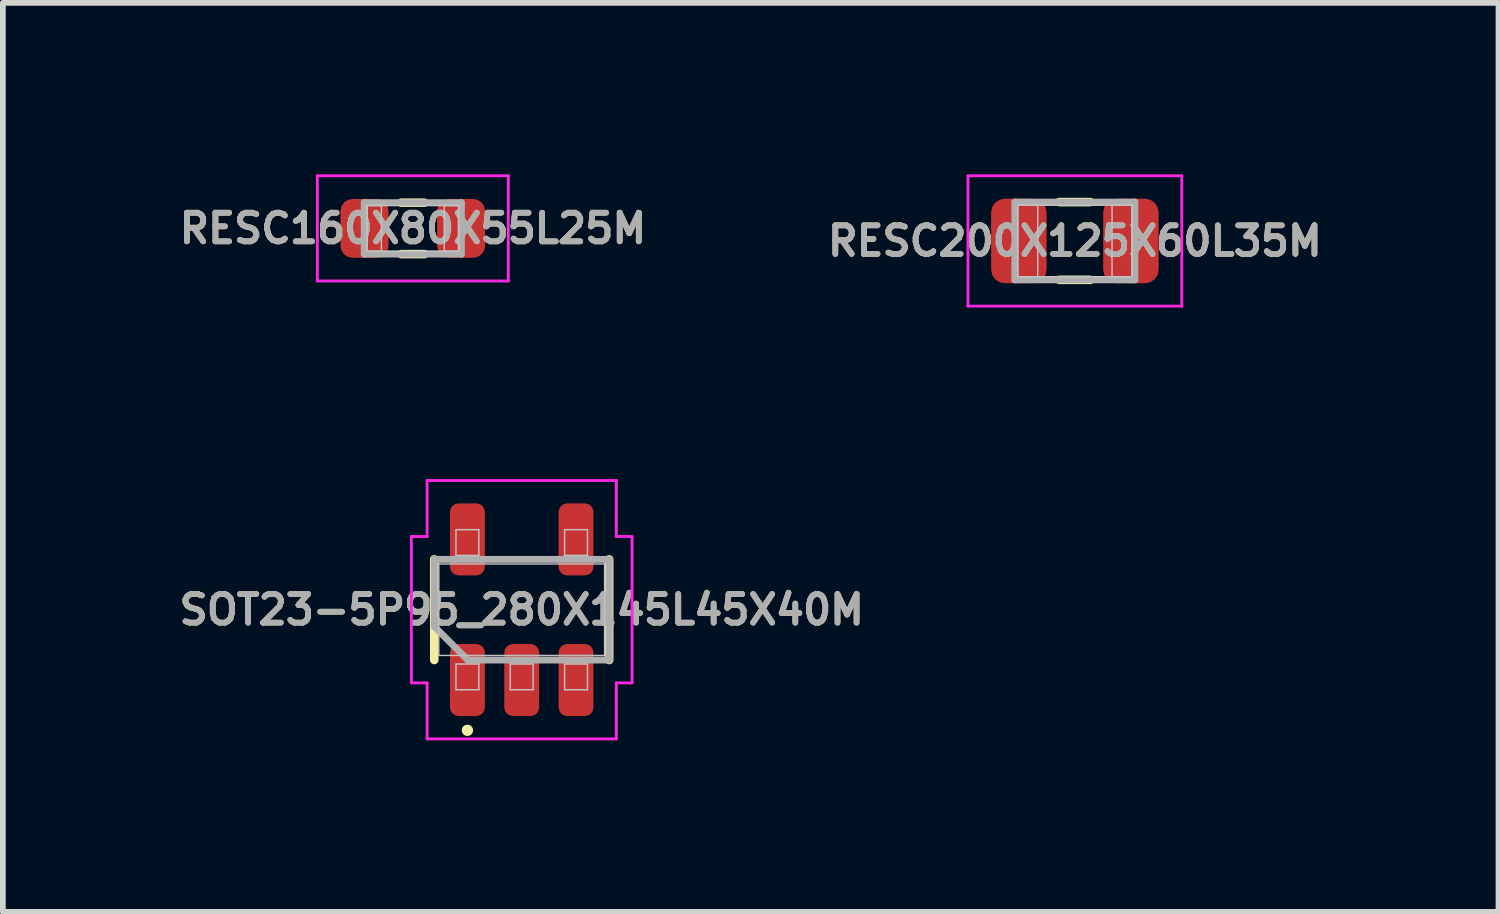
<source format=kicad_pcb>
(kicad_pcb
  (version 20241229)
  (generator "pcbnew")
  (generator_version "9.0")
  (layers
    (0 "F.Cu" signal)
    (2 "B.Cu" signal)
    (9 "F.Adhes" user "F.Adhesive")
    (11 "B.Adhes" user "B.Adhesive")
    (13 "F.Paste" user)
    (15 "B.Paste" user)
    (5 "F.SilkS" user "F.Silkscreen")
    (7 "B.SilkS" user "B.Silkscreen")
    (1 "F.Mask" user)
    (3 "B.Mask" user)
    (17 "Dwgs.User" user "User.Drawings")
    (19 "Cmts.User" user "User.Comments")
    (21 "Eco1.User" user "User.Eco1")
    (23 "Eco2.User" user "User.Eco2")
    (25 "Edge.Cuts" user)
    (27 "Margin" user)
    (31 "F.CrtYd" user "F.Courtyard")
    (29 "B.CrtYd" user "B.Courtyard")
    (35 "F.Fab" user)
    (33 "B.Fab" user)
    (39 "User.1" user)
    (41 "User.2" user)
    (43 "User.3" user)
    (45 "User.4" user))
  (footprint "SOT23-5P95_280X145L45X40M"
    (layer "F.Cu")
    (at 6.076 7.615)
    (property "Reference" "SOT23-5P95_280X145L45X40M" (at 0 0 0) (layer "F.SilkS") (effects (font (size 0.5 0.5) (thickness 0.1))))
    (attr smd)
    (fp_line (start -1.53 0.88) (end -1.53 -0.88) (stroke (width 0.15) (type solid)) (layer "F.SilkS"))
    (fp_line (start 1.53 0.88) (end 1.53 -0.88) (stroke (width 0.15) (type solid)) (layer "F.SilkS"))
    (fp_circle (center -0.95 2.11) (end -0.95 2.16) (stroke (width 0.1) (type solid)) (fill no) (layer "F.SilkS"))
    (fp_line (start -1.45 -0.8) (end 1.45 -0.8) (stroke (width 0.025) (type solid)) (layer "Dwgs.User"))
    (fp_line (start -1.45 0.8) (end -1.45 -0.8) (stroke (width 0.025) (type solid)) (layer "Dwgs.User"))
    (fp_line (start -1.15 -1.4) (end -0.75 -1.4) (stroke (width 0.025) (type solid)) (layer "Dwgs.User"))
    (fp_line (start -1.15 -0.95) (end -1.15 -1.4) (stroke (width 0.025) (type solid)) (layer "Dwgs.User"))
    (fp_line (start -1.15 0.95) (end -0.75 0.95) (stroke (width 0.025) (type solid)) (layer "Dwgs.User"))
    (fp_line (start -1.15 1.4) (end -1.15 0.95) (stroke (width 0.025) (type solid)) (layer "Dwgs.User"))
    (fp_line (start -0.75 -1.4) (end -0.75 -0.95) (stroke (width 0.025) (type solid)) (layer "Dwgs.User"))
    (fp_line (start -0.75 -0.95) (end -1.15 -0.95) (stroke (width 0.025) (type solid)) (layer "Dwgs.User"))
    (fp_line (start -0.75 0.95) (end -0.75 1.4) (stroke (width 0.025) (type solid)) (layer "Dwgs.User"))
    (fp_line (start -0.75 1.4) (end -1.15 1.4) (stroke (width 0.025) (type solid)) (layer "Dwgs.User"))
    (fp_line (start -0.2 0.95) (end 0.2 0.95) (stroke (width 0.025) (type solid)) (layer "Dwgs.User"))
    (fp_line (start -0.2 1.4) (end -0.2 0.95) (stroke (width 0.025) (type solid)) (layer "Dwgs.User"))
    (fp_line (start 0.2 0.95) (end 0.2 1.4) (stroke (width 0.025) (type solid)) (layer "Dwgs.User"))
    (fp_line (start 0.2 1.4) (end -0.2 1.4) (stroke (width 0.025) (type solid)) (layer "Dwgs.User"))
    (fp_line (start 0.75 -1.4) (end 1.15 -1.4) (stroke (width 0.025) (type solid)) (layer "Dwgs.User"))
    (fp_line (start 0.75 -0.95) (end 0.75 -1.4) (stroke (width 0.025) (type solid)) (layer "Dwgs.User"))
    (fp_line (start 0.75 0.95) (end 1.15 0.95) (stroke (width 0.025) (type solid)) (layer "Dwgs.User"))
    (fp_line (start 0.75 1.4) (end 0.75 0.95) (stroke (width 0.025) (type solid)) (layer "Dwgs.User"))
    (fp_line (start 1.15 -1.4) (end 1.15 -0.95) (stroke (width 0.025) (type solid)) (layer "Dwgs.User"))
    (fp_line (start 1.15 -0.95) (end 0.75 -0.95) (stroke (width 0.025) (type solid)) (layer "Dwgs.User"))
    (fp_line (start 1.15 0.95) (end 1.15 1.4) (stroke (width 0.025) (type solid)) (layer "Dwgs.User"))
    (fp_line (start 1.15 1.4) (end 0.75 1.4) (stroke (width 0.025) (type solid)) (layer "Dwgs.User"))
    (fp_line (start 1.45 -0.8) (end 1.45 0.8) (stroke (width 0.025) (type solid)) (layer "Dwgs.User"))
    (fp_line (start 1.45 0.8) (end -1.45 0.8) (stroke (width 0.025) (type solid)) (layer "Dwgs.User"))
    (fp_line (start -1.93 -1.28) (end -1.93 1.28) (stroke (width 0.05) (type solid)) (layer "F.CrtYd"))
    (fp_line (start -1.93 1.28) (end -1.655 1.28) (stroke (width 0.05) (type solid)) (layer "F.CrtYd"))
    (fp_line (start -1.655 -2.26) (end -1.655 -1.28) (stroke (width 0.05) (type solid)) (layer "F.CrtYd"))
    (fp_line (start -1.655 -1.28) (end -1.93 -1.28) (stroke (width 0.05) (type solid)) (layer "F.CrtYd"))
    (fp_line (start -1.655 1.28) (end -1.655 2.26) (stroke (width 0.05) (type solid)) (layer "F.CrtYd"))
    (fp_line (start -1.655 2.26) (end 1.655 2.26) (stroke (width 0.05) (type solid)) (layer "F.CrtYd"))
    (fp_line (start 1.655 -2.26) (end -1.655 -2.26) (stroke (width 0.05) (type solid)) (layer "F.CrtYd"))
    (fp_line (start 1.655 -1.28) (end 1.655 -2.26) (stroke (width 0.05) (type solid)) (layer "F.CrtYd"))
    (fp_line (start 1.655 1.28) (end 1.93 1.28) (stroke (width 0.05) (type solid)) (layer "F.CrtYd"))
    (fp_line (start 1.655 2.26) (end 1.655 1.28) (stroke (width 0.05) (type solid)) (layer "F.CrtYd"))
    (fp_line (start 1.93 -1.28) (end 1.655 -1.28) (stroke (width 0.05) (type solid)) (layer "F.CrtYd"))
    (fp_line (start 1.93 1.28) (end 1.93 -1.28) (stroke (width 0.05) (type solid)) (layer "F.CrtYd"))
    (fp_line (start -1.53 -0.88) (end 1.53 -0.88) (stroke (width 0.12) (type solid)) (layer "F.Fab"))
    (fp_line (start -1.53 0.293) (end -1.53 -0.88) (stroke (width 0.12) (type solid)) (layer "F.Fab"))
    (fp_line (start -0.943 0.88) (end -1.53 0.293) (stroke (width 0.12) (type solid)) (layer "F.Fab"))
    (fp_line (start 1.53 -0.88) (end 1.53 0.88) (stroke (width 0.12) (type solid)) (layer "F.Fab"))
    (fp_line (start 1.53 0.88) (end -0.943 0.88) (stroke (width 0.12) (type solid)) (layer "F.Fab"))
    (fp_text user "${REFERENCE}" (at 0 0 0) (layer "F.Fab") (effects (font (size 0.5 0.5) (thickness 0.1))))
    (pad "1" smd roundrect (at -0.95 1.23 90) (size 1.26 0.61) (layers "F.Cu" "F.Mask" "F.Paste") (roundrect_rratio 0.246))
    (pad "2" smd roundrect (at 0 1.23 90) (size 1.26 0.61) (layers "F.Cu" "F.Mask" "F.Paste") (roundrect_rratio 0.246))
    (pad "3" smd roundrect (at 0.95 1.23 90) (size 1.26 0.61) (layers "F.Cu" "F.Mask" "F.Paste") (roundrect_rratio 0.246))
    (pad "4" smd roundrect (at 0.95 -1.23 90) (size 1.26 0.61) (layers "F.Cu" "F.Mask" "F.Paste") (roundrect_rratio 0.246))
    (pad "5" smd roundrect (at -0.95 -1.23 90) (size 1.26 0.61) (layers "F.Cu" "F.Mask" "F.Paste") (roundrect_rratio 0.246)))
  (footprint "RESC160X80X55L25M"
    (layer "F.Cu")
    (at 4.171 0.945)
    (property "Reference" "RESC160X80X55L25M" (at 0 0 0) (layer "F.SilkS") (effects (font (size 0.5 0.5) (thickness 0.1))))
    (attr smd)
    (fp_line (start -0.2 -0.45) (end 0.2 -0.45) (stroke (width 0.15) (type solid)) (layer "F.SilkS"))
    (fp_line (start -0.2 0.45) (end 0.2 0.45) (stroke (width 0.15) (type solid)) (layer "F.SilkS"))
    (fp_line (start -0.8 -0.4) (end -0.55 -0.4) (stroke (width 0.025) (type solid)) (layer "Dwgs.User"))
    (fp_line (start -0.8 -0.4) (end 0.8 -0.4) (stroke (width 0.025) (type solid)) (layer "Dwgs.User"))
    (fp_line (start -0.8 0.4) (end -0.8 -0.4) (stroke (width 0.025) (type solid)) (layer "Dwgs.User"))
    (fp_line (start -0.8 0.4) (end -0.8 -0.4) (stroke (width 0.025) (type solid)) (layer "Dwgs.User"))
    (fp_line (start -0.55 -0.4) (end -0.55 0.4) (stroke (width 0.025) (type solid)) (layer "Dwgs.User"))
    (fp_line (start -0.55 0.4) (end -0.8 0.4) (stroke (width 0.025) (type solid)) (layer "Dwgs.User"))
    (fp_line (start 0.55 -0.4) (end 0.8 -0.4) (stroke (width 0.025) (type solid)) (layer "Dwgs.User"))
    (fp_line (start 0.55 0.4) (end 0.55 -0.4) (stroke (width 0.025) (type solid)) (layer "Dwgs.User"))
    (fp_line (start 0.8 -0.4) (end 0.8 0.4) (stroke (width 0.025) (type solid)) (layer "Dwgs.User"))
    (fp_line (start 0.8 -0.4) (end 0.8 0.4) (stroke (width 0.025) (type solid)) (layer "Dwgs.User"))
    (fp_line (start 0.8 0.4) (end -0.8 0.4) (stroke (width 0.025) (type solid)) (layer "Dwgs.User"))
    (fp_line (start 0.8 0.4) (end 0.55 0.4) (stroke (width 0.025) (type solid)) (layer "Dwgs.User"))
    (fp_line (start -1.67 -0.92) (end 1.67 -0.92) (stroke (width 0.05) (type solid)) (layer "F.CrtYd"))
    (fp_line (start -1.67 0.92) (end -1.67 -0.92) (stroke (width 0.05) (type solid)) (layer "F.CrtYd"))
    (fp_line (start 1.67 -0.92) (end 1.67 0.92) (stroke (width 0.05) (type solid)) (layer "F.CrtYd"))
    (fp_line (start 1.67 0.92) (end -1.67 0.92) (stroke (width 0.05) (type solid)) (layer "F.CrtYd"))
    (fp_line (start -0.85 -0.45) (end 0.85 -0.45) (stroke (width 0.12) (type solid)) (layer "F.Fab"))
    (fp_line (start -0.85 0.45) (end -0.85 -0.45) (stroke (width 0.12) (type solid)) (layer "F.Fab"))
    (fp_line (start 0.85 -0.45) (end 0.85 0.45) (stroke (width 0.12) (type solid)) (layer "F.Fab"))
    (fp_line (start 0.85 0.45) (end -0.85 0.45) (stroke (width 0.12) (type solid)) (layer "F.Fab"))
    (fp_text user "${REFERENCE}" (at 0 0 0) (layer "F.Fab") (effects (font (size 0.5 0.5) (thickness 0.1))))
    (pad "1" smd roundrect (at -0.845 0) (size 0.84 1.03) (layers "F.Cu" "F.Mask" "F.Paste") (roundrect_rratio 0.25))
    (pad "2" smd roundrect (at 0.845 0) (size 0.84 1.03) (layers "F.Cu" "F.Mask" "F.Paste") (roundrect_rratio 0.25)))
  (footprint "RESC200X125X60L35M"
    (layer "F.Cu")
    (at 15.752 1.165)
    (property "Reference" "RESC200X125X60L35M" (at 0 0 0) (layer "F.SilkS") (effects (font (size 0.5 0.5) (thickness 0.1))))
    (attr smd)
    (fp_line (start -0.27 -0.68) (end 0.27 -0.68) (stroke (width 0.15) (type solid)) (layer "F.SilkS"))
    (fp_line (start -0.27 0.68) (end 0.27 0.68) (stroke (width 0.15) (type solid)) (layer "F.SilkS"))
    (fp_line (start -1 -0.625) (end -0.65 -0.625) (stroke (width 0.025) (type solid)) (layer "Dwgs.User"))
    (fp_line (start -1 -0.625) (end 1 -0.625) (stroke (width 0.025) (type solid)) (layer "Dwgs.User"))
    (fp_line (start -1 0.625) (end -1 -0.625) (stroke (width 0.025) (type solid)) (layer "Dwgs.User"))
    (fp_line (start -1 0.625) (end -1 -0.625) (stroke (width 0.025) (type solid)) (layer "Dwgs.User"))
    (fp_line (start -0.65 -0.625) (end -0.65 0.625) (stroke (width 0.025) (type solid)) (layer "Dwgs.User"))
    (fp_line (start -0.65 0.625) (end -1 0.625) (stroke (width 0.025) (type solid)) (layer "Dwgs.User"))
    (fp_line (start 0.65 -0.625) (end 1 -0.625) (stroke (width 0.025) (type solid)) (layer "Dwgs.User"))
    (fp_line (start 0.65 0.625) (end 0.65 -0.625) (stroke (width 0.025) (type solid)) (layer "Dwgs.User"))
    (fp_line (start 1 -0.625) (end 1 0.625) (stroke (width 0.025) (type solid)) (layer "Dwgs.User"))
    (fp_line (start 1 -0.625) (end 1 0.625) (stroke (width 0.025) (type solid)) (layer "Dwgs.User"))
    (fp_line (start 1 0.625) (end -1 0.625) (stroke (width 0.025) (type solid)) (layer "Dwgs.User"))
    (fp_line (start 1 0.625) (end 0.65 0.625) (stroke (width 0.025) (type solid)) (layer "Dwgs.User"))
    (fp_line (start -1.87 -1.14) (end 1.87 -1.14) (stroke (width 0.05) (type solid)) (layer "F.CrtYd"))
    (fp_line (start -1.87 1.14) (end -1.87 -1.14) (stroke (width 0.05) (type solid)) (layer "F.CrtYd"))
    (fp_line (start 1.87 -1.14) (end 1.87 1.14) (stroke (width 0.05) (type solid)) (layer "F.CrtYd"))
    (fp_line (start 1.87 1.14) (end -1.87 1.14) (stroke (width 0.05) (type solid)) (layer "F.CrtYd"))
    (fp_line (start -1.05 -0.68) (end 1.05 -0.68) (stroke (width 0.12) (type solid)) (layer "F.Fab"))
    (fp_line (start -1.05 0.68) (end -1.05 -0.68) (stroke (width 0.12) (type solid)) (layer "F.Fab"))
    (fp_line (start 1.05 -0.68) (end 1.05 0.68) (stroke (width 0.12) (type solid)) (layer "F.Fab"))
    (fp_line (start 1.05 0.68) (end -1.05 0.68) (stroke (width 0.12) (type solid)) (layer "F.Fab"))
    (fp_text user "${REFERENCE}" (at 0 0 0) (layer "F.Fab") (effects (font (size 0.5 0.5) (thickness 0.1))))
    (pad "1" smd roundrect (at -0.98 0) (size 0.97 1.48) (layers "F.Cu" "F.Mask" "F.Paste") (roundrect_rratio 0.247))
    (pad "2" smd roundrect (at 0.98 0) (size 0.97 1.48) (layers "F.Cu" "F.Mask" "F.Paste") (roundrect_rratio 0.247)))
  (gr_rect
    (start -3 -3)
    (end 23.162 12.9)
    (stroke (width 0.1) (type default))
    (fill no)
    (layer "Edge.Cuts")))
</source>
